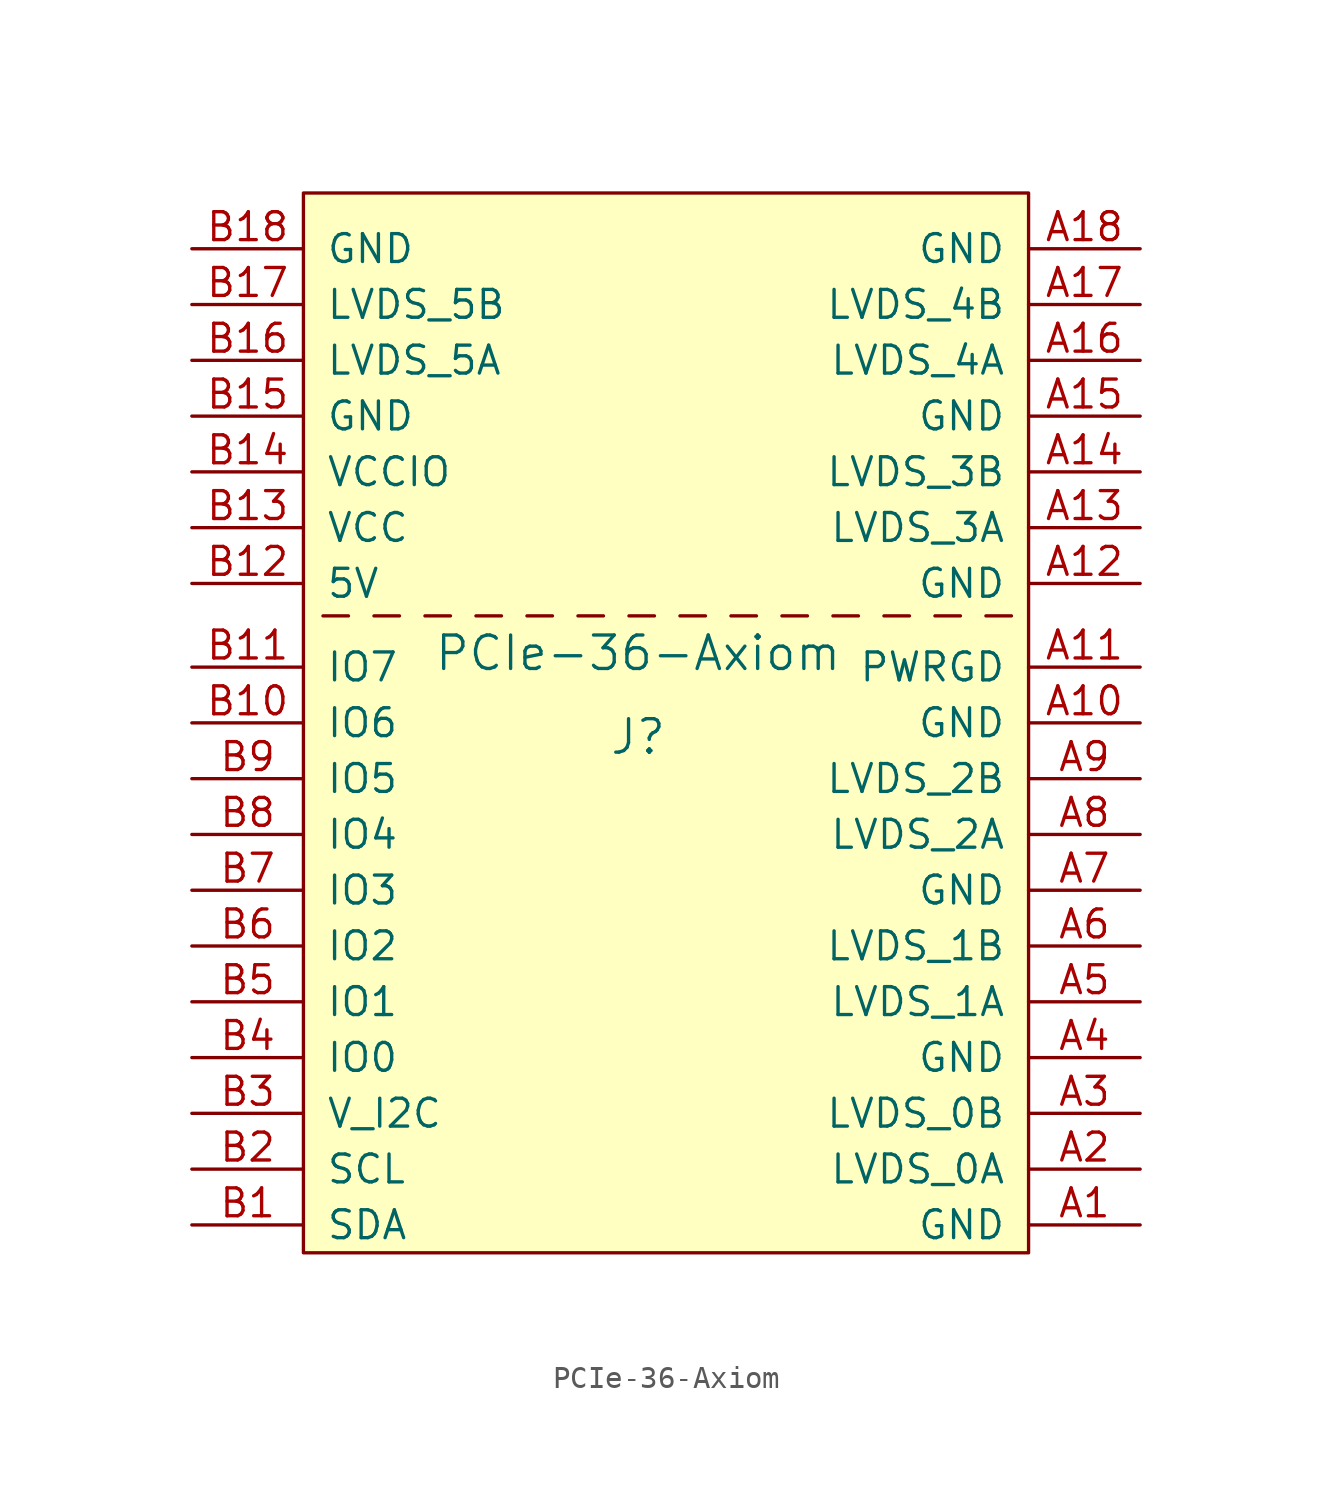
<source format=kicad_sym>
(kicad_symbol_lib
  (version 20201005)
  (generator kicad_symbol_editor)
  (symbol "pcie-36-axiom:PCIe-36-Axiom"
    (pin_names
      (offset 1.016))
    (property "Reference" "J"
      (at -1.27 0.635 0)
      (effects (font (size 1.524 1.524))))
    (property "Value" "PCIe-36-Axiom"
      (at -1.27 4.445 0)
      (effects (font (size 1.524 1.524))))
    (symbol "PCIe-36-Axiom_0_0"
      (text "_ _ _ _ _ _ _ _ _ _ _ _ _ _ " (at 0.635 6.985 0) (effects (font (size 1.524 1.524)))))
    (symbol "PCIe-36-Axiom_0_1"
      (rectangle (start -16.51 25.4) (end 16.51 -22.86) (stroke (width 0)) (fill (type background))))
    (symbol "PCIe-36-Axiom_1_1"
      (pin power_in line (at 21.59 -21.59 180) (length 5.08) (name "GND" (effects (font (size 1.27 1.27)))) (number "A1" (effects (font (size 1.27 1.27)))))
      (pin bidirectional line (at -21.59 -21.59 0) (length 5.08) (name "SDA" (effects (font (size 1.27 1.27)))) (number "B1" (effects (font (size 1.27 1.27)))))
      (pin bidirectional line (at 21.59 -19.05 180) (length 5.08) (name "LVDS_0A" (effects (font (size 1.27 1.27)))) (number "A2" (effects (font (size 1.27 1.27)))))
      (pin bidirectional line (at -21.59 -19.05 0) (length 5.08) (name "SCL" (effects (font (size 1.27 1.27)))) (number "B2" (effects (font (size 1.27 1.27)))))
      (pin bidirectional line (at 21.59 -16.51 180) (length 5.08) (name "LVDS_0B" (effects (font (size 1.27 1.27)))) (number "A3" (effects (font (size 1.27 1.27)))))
      (pin power_in line (at -21.59 -16.51 0) (length 5.08) (name "V_I2C" (effects (font (size 1.27 1.27)))) (number "B3" (effects (font (size 1.27 1.27)))))
      (pin power_in line (at 21.59 -13.97 180) (length 5.08) (name "GND" (effects (font (size 1.27 1.27)))) (number "A4" (effects (font (size 1.27 1.27)))))
      (pin bidirectional line (at -21.59 -13.97 0) (length 5.08) (name "IO0" (effects (font (size 1.27 1.27)))) (number "B4" (effects (font (size 1.27 1.27)))))
      (pin bidirectional line (at 21.59 -11.43 180) (length 5.08) (name "LVDS_1A" (effects (font (size 1.27 1.27)))) (number "A5" (effects (font (size 1.27 1.27)))))
      (pin bidirectional line (at -21.59 -11.43 0) (length 5.08) (name "IO1" (effects (font (size 1.27 1.27)))) (number "B5" (effects (font (size 1.27 1.27)))))
      (pin bidirectional line (at 21.59 -8.89 180) (length 5.08) (name "LVDS_1B" (effects (font (size 1.27 1.27)))) (number "A6" (effects (font (size 1.27 1.27)))))
      (pin bidirectional line (at -21.59 -8.89 0) (length 5.08) (name "IO2" (effects (font (size 1.27 1.27)))) (number "B6" (effects (font (size 1.27 1.27)))))
      (pin power_in line (at 21.59 -6.35 180) (length 5.08) (name "GND" (effects (font (size 1.27 1.27)))) (number "A7" (effects (font (size 1.27 1.27)))))
      (pin bidirectional line (at -21.59 -6.35 0) (length 5.08) (name "IO3" (effects (font (size 1.27 1.27)))) (number "B7" (effects (font (size 1.27 1.27)))))
      (pin bidirectional line (at 21.59 -3.81 180) (length 5.08) (name "LVDS_2A" (effects (font (size 1.27 1.27)))) (number "A8" (effects (font (size 1.27 1.27)))))
      (pin bidirectional line (at -21.59 -3.81 0) (length 5.08) (name "IO4" (effects (font (size 1.27 1.27)))) (number "B8" (effects (font (size 1.27 1.27)))))
      (pin bidirectional line (at 21.59 -1.27 180) (length 5.08) (name "LVDS_2B" (effects (font (size 1.27 1.27)))) (number "A9" (effects (font (size 1.27 1.27)))))
      (pin bidirectional line (at -21.59 -1.27 0) (length 5.08) (name "IO5" (effects (font (size 1.27 1.27)))) (number "B9" (effects (font (size 1.27 1.27)))))
      (pin power_in line (at 21.59 1.27 180) (length 5.08) (name "GND" (effects (font (size 1.27 1.27)))) (number "A10" (effects (font (size 1.27 1.27)))))
      (pin bidirectional line (at -21.59 1.27 0) (length 5.08) (name "IO6" (effects (font (size 1.27 1.27)))) (number "B10" (effects (font (size 1.27 1.27)))))
      (pin bidirectional line (at 21.59 3.81 180) (length 5.08) (name "PWRGD" (effects (font (size 1.27 1.27)))) (number "A11" (effects (font (size 1.27 1.27)))))
      (pin bidirectional line (at -21.59 3.81 0) (length 5.08) (name "IO7" (effects (font (size 1.27 1.27)))) (number "B11" (effects (font (size 1.27 1.27)))))
      (pin power_in line (at 21.59 7.62 180) (length 5.08) (name "GND" (effects (font (size 1.27 1.27)))) (number "A12" (effects (font (size 1.27 1.27)))))
      (pin input line (at -21.59 7.62 0) (length 5.08) (name "5V" (effects (font (size 1.27 1.27)))) (number "B12" (effects (font (size 1.27 1.27)))))
      (pin bidirectional line (at 21.59 10.16 180) (length 5.08) (name "LVDS_3A" (effects (font (size 1.27 1.27)))) (number "A13" (effects (font (size 1.27 1.27)))))
      (pin input line (at -21.59 10.16 0) (length 5.08) (name "VCC" (effects (font (size 1.27 1.27)))) (number "B13" (effects (font (size 1.27 1.27)))))
      (pin bidirectional line (at 21.59 12.7 180) (length 5.08) (name "LVDS_3B" (effects (font (size 1.27 1.27)))) (number "A14" (effects (font (size 1.27 1.27)))))
      (pin input line (at -21.59 12.7 0) (length 5.08) (name "VCCIO" (effects (font (size 1.27 1.27)))) (number "B14" (effects (font (size 1.27 1.27)))))
      (pin power_in line (at 21.59 15.24 180) (length 5.08) (name "GND" (effects (font (size 1.27 1.27)))) (number "A15" (effects (font (size 1.27 1.27)))))
      (pin power_in line (at -21.59 15.24 0) (length 5.08) (name "GND" (effects (font (size 1.27 1.27)))) (number "B15" (effects (font (size 1.27 1.27)))))
      (pin bidirectional line (at 21.59 17.78 180) (length 5.08) (name "LVDS_4A" (effects (font (size 1.27 1.27)))) (number "A16" (effects (font (size 1.27 1.27)))))
      (pin bidirectional line (at -21.59 17.78 0) (length 5.08) (name "LVDS_5A" (effects (font (size 1.27 1.27)))) (number "B16" (effects (font (size 1.27 1.27)))))
      (pin bidirectional line (at 21.59 20.32 180) (length 5.08) (name "LVDS_4B" (effects (font (size 1.27 1.27)))) (number "A17" (effects (font (size 1.27 1.27)))))
      (pin bidirectional line (at -21.59 20.32 0) (length 5.08) (name "LVDS_5B" (effects (font (size 1.27 1.27)))) (number "B17" (effects (font (size 1.27 1.27)))))
      (pin power_in line (at 21.59 22.86 180) (length 5.08) (name "GND" (effects (font (size 1.27 1.27)))) (number "A18" (effects (font (size 1.27 1.27)))))
      (pin power_in line (at -21.59 22.86 0) (length 5.08) (name "GND" (effects (font (size 1.27 1.27)))) (number "B18" (effects (font (size 1.27 1.27))))))))
</source>
